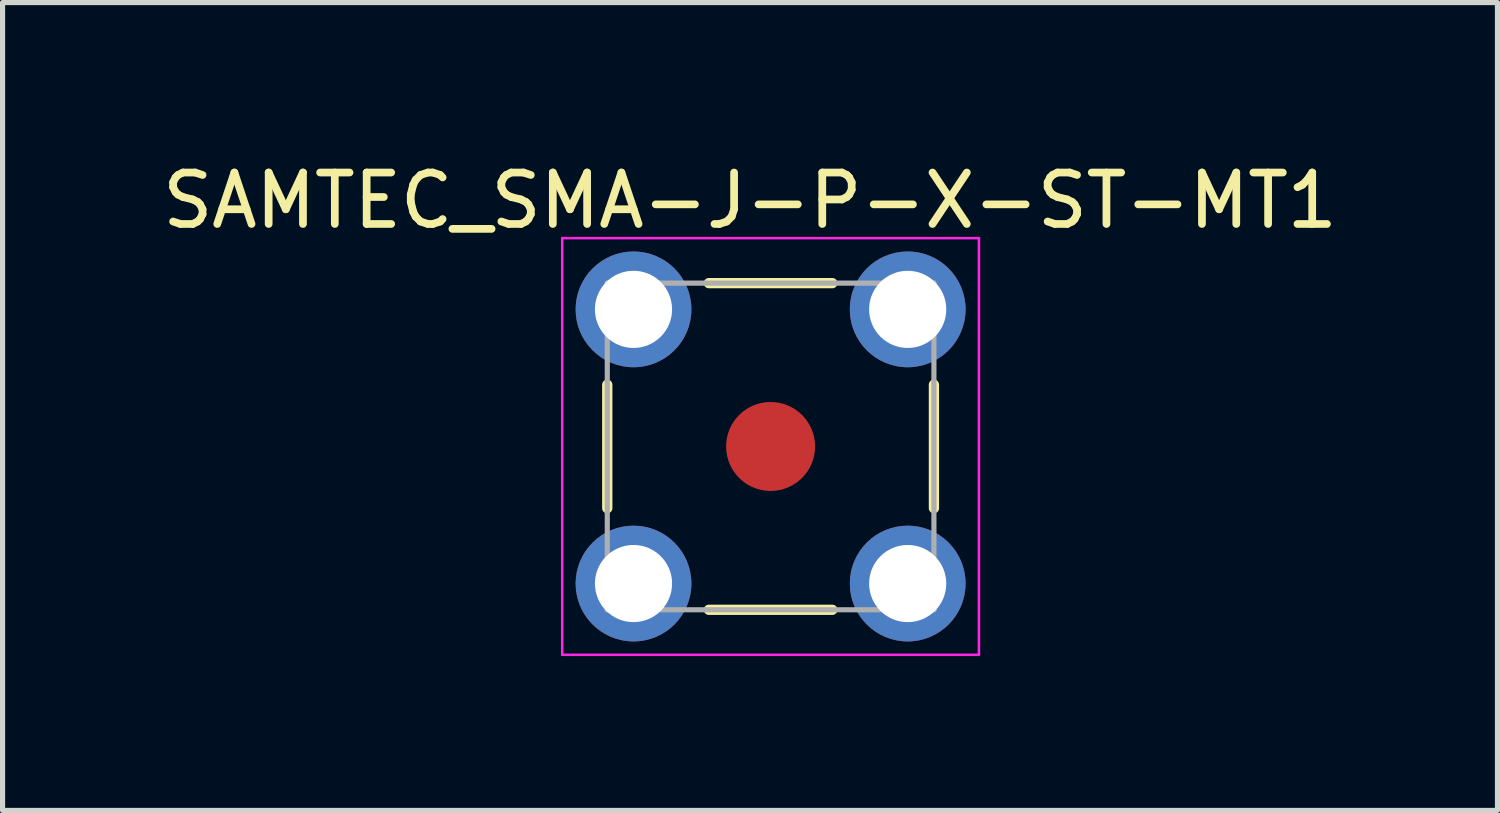
<source format=kicad_pcb>
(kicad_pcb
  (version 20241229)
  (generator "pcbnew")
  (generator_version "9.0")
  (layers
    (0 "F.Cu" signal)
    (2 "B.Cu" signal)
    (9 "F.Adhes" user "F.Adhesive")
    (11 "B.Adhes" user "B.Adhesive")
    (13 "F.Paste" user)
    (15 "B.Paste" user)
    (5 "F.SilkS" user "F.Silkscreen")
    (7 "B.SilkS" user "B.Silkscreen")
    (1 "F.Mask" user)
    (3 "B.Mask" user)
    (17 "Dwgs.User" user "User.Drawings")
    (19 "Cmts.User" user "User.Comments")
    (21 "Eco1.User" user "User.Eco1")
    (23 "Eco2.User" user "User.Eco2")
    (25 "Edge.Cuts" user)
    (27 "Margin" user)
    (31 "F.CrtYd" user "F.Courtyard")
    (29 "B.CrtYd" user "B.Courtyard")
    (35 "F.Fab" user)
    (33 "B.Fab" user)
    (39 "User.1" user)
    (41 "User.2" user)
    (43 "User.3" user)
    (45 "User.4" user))
  (footprint "SAMTEC_SMA-J-P-X-ST-MT1"
    (layer "F.Cu")
    (at 11.93 5.629)
    (property "Reference" "SAMTEC_SMA-J-P-X-ST-MT1" (at -0.4 -4.78 0) (layer "F.SilkS") (effects (font (size 1 1) (thickness 0.15))))
    (attr through_hole)
    (fp_line (start -3.175 1.2) (end -3.175 -1.2) (stroke (width 0.2) (type solid)) (layer "F.SilkS"))
    (fp_line (start -1.2 -3.175) (end 1.2 -3.175) (stroke (width 0.2) (type solid)) (layer "F.SilkS"))
    (fp_line (start 1.2 3.175) (end -1.2 3.175) (stroke (width 0.2) (type solid)) (layer "F.SilkS"))
    (fp_line (start 3.175 1.2) (end 3.175 -1.2) (stroke (width 0.2) (type solid)) (layer "F.SilkS"))
    (fp_line (start -4.05 -4.05) (end -4.05 4.05) (stroke (width 0.05) (type solid)) (layer "F.CrtYd"))
    (fp_line (start -4.05 -4.05) (end 4.05 -4.05) (stroke (width 0.05) (type solid)) (layer "F.CrtYd"))
    (fp_line (start 4.05 -4.05) (end 4.05 4.05) (stroke (width 0.05) (type solid)) (layer "F.CrtYd"))
    (fp_line (start 4.05 4.05) (end -4.05 4.05) (stroke (width 0.05) (type solid)) (layer "F.CrtYd"))
    (fp_line (start -3.175 -3.175) (end 3.175 -3.175) (stroke (width 0.1) (type solid)) (layer "F.Fab"))
    (fp_line (start -3.175 3.175) (end -3.175 -3.175) (stroke (width 0.1) (type solid)) (layer "F.Fab"))
    (fp_line (start 3.175 -3.175) (end 3.175 3.175) (stroke (width 0.1) (type solid)) (layer "F.Fab"))
    (fp_line (start 3.175 3.175) (end -3.175 3.175) (stroke (width 0.1) (type solid)) (layer "F.Fab"))
    (pad "1" smd circle (at 0 0) (size 1.73 1.73) (layers "F.Cu" "F.Mask" "F.Paste"))
    (pad "2" thru_hole circle (at 2.665 2.665) (size 2.25 2.25) (drill 1.5) (layers "*.Cu" "*.Mask"))
    (pad "3" thru_hole circle (at 2.665 -2.665) (size 2.25 2.25) (drill 1.5) (layers "*.Cu" "*.Mask"))
    (pad "4" thru_hole circle (at -2.665 -2.665) (size 2.25 2.25) (drill 1.5) (layers "*.Cu" "*.Mask"))
    (pad "5" thru_hole circle (at -2.665 2.665) (size 2.25 2.25) (drill 1.5) (layers "*.Cu" "*.Mask")))
  (gr_rect
    (start -3 -3)
    (end 26.06 12.704)
    (stroke (width 0.1) (type default))
    (fill no)
    (layer "Edge.Cuts")))
</source>
